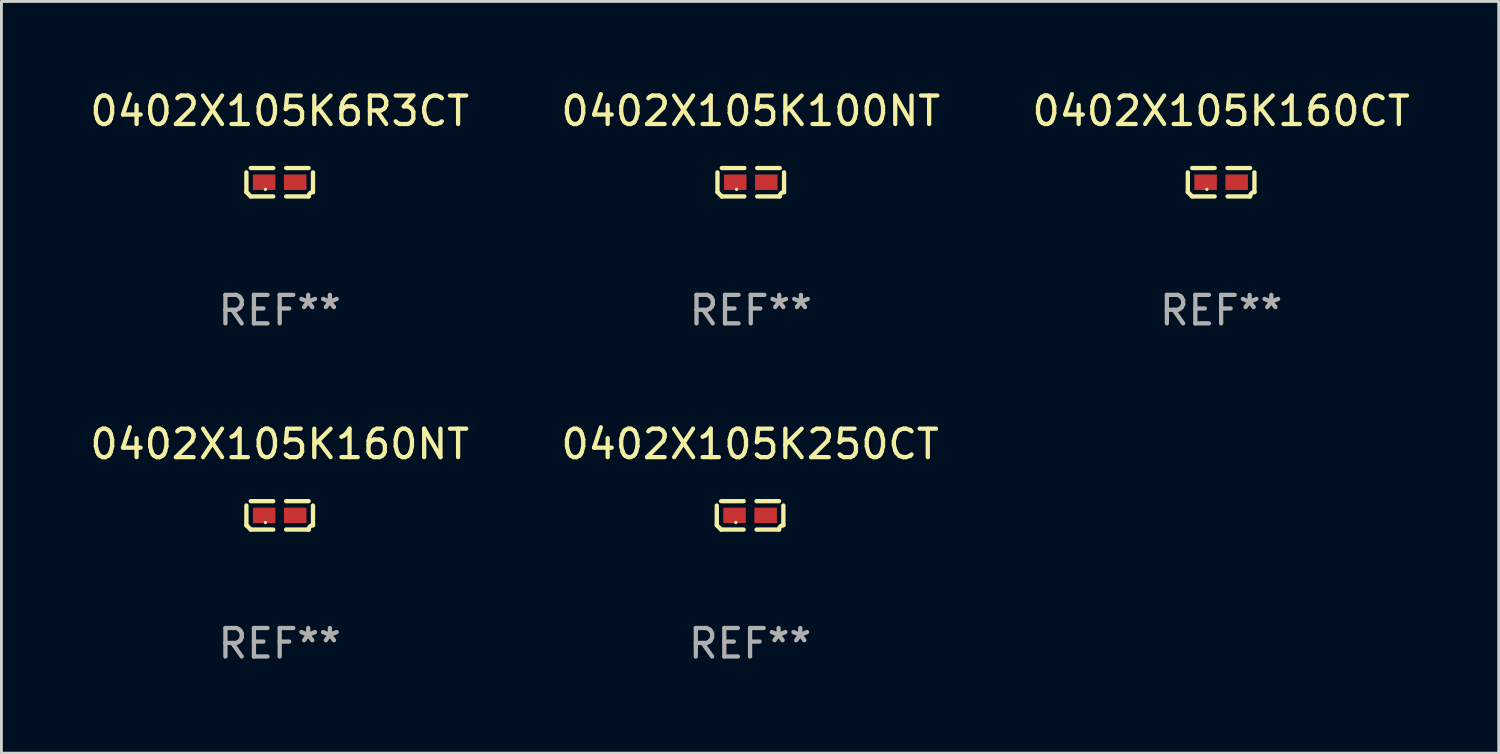
<source format=kicad_pcb>
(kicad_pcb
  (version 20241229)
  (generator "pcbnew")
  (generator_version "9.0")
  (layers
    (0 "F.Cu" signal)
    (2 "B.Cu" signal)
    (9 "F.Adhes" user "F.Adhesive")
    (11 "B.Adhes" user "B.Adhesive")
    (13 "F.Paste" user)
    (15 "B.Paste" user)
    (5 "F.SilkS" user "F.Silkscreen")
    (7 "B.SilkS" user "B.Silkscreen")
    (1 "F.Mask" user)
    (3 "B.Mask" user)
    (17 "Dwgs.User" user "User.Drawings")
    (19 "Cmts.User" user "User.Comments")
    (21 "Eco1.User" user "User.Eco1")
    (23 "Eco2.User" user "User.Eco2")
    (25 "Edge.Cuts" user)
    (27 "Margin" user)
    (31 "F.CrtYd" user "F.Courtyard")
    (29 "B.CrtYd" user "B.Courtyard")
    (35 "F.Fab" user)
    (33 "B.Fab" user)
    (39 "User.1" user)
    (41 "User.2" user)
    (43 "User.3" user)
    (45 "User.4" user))
  (footprint "0402X105K250CT"
    (layer "F.Cu")
    (at 23.28 15.041)
    (property "Reference" "0402X105K250CT" (at 0 -2.499 0) (layer "F.SilkS") (effects (font (size 1 1) (thickness 0.15))))
    (attr through_hole)
    (fp_line (start -1.169 0.346) (end -1.169 -0.346) (stroke (width 0.152) (type solid)) (layer "F.SilkS"))
    (fp_line (start -1.016 -0.499) (end -0.226 -0.499) (stroke (width 0.152) (type solid)) (layer "F.SilkS"))
    (fp_line (start -0.226 0.499) (end -1.016 0.499) (stroke (width 0.152) (type solid)) (layer "F.SilkS"))
    (fp_line (start 0.226 0.499) (end 1.016 0.499) (stroke (width 0.152) (type solid)) (layer "F.SilkS"))
    (fp_line (start 1.016 -0.499) (end 0.226 -0.499) (stroke (width 0.152) (type solid)) (layer "F.SilkS"))
    (fp_line (start 1.169 0.346) (end 1.169 -0.346) (stroke (width 0.152) (type solid)) (layer "F.SilkS"))
    (fp_arc (start -1.016307 0.498603) (mid -1.092512 0.422405) (end -1.16871 0.3462) (stroke (width 0.1524) (type solid)) (layer "F.SilkS"))
    (fp_arc (start 1.016307 0.498603) (mid 1.060899 0.390758) (end 1.168707 0.346076) (stroke (width 0.1524) (type solid)) (layer "F.SilkS"))
    (fp_circle (center -0.5 0.25) (end -0.47 0.25) (stroke (width 0.06) (type solid)) (fill no) (layer "F.SilkS"))
    (fp_text user "REF**" (at 0 4.499 0) (layer "F.Fab") (effects (font (size 1 1) (thickness 0.15))))
    (pad "1" smd rect (at -0.545 0) (size 0.79 0.54) (layers "F.Cu" "F.Mask" "F.Paste"))
    (pad "2" smd rect (at 0.545 0) (size 0.79 0.54) (layers "F.Cu" "F.Mask" "F.Paste")))
  (footprint "0402X105K160NT"
    (layer "F.Cu")
    (at 6.768 15.041)
    (property "Reference" "0402X105K160NT" (at 0 -2.499 0) (layer "F.SilkS") (effects (font (size 1 1) (thickness 0.15))))
    (attr through_hole)
    (fp_line (start -1.169 0.346) (end -1.169 -0.346) (stroke (width 0.152) (type solid)) (layer "F.SilkS"))
    (fp_line (start -1.016 -0.499) (end -0.226 -0.499) (stroke (width 0.152) (type solid)) (layer "F.SilkS"))
    (fp_line (start -0.226 0.499) (end -1.016 0.499) (stroke (width 0.152) (type solid)) (layer "F.SilkS"))
    (fp_line (start 0.226 0.499) (end 1.016 0.499) (stroke (width 0.152) (type solid)) (layer "F.SilkS"))
    (fp_line (start 1.016 -0.499) (end 0.226 -0.499) (stroke (width 0.152) (type solid)) (layer "F.SilkS"))
    (fp_line (start 1.169 0.346) (end 1.169 -0.346) (stroke (width 0.152) (type solid)) (layer "F.SilkS"))
    (fp_arc (start -1.016307 0.498603) (mid -1.092512 0.422405) (end -1.16871 0.3462) (stroke (width 0.1524) (type solid)) (layer "F.SilkS"))
    (fp_arc (start 1.016307 0.498603) (mid 1.060899 0.390758) (end 1.168707 0.346076) (stroke (width 0.1524) (type solid)) (layer "F.SilkS"))
    (fp_circle (center -0.5 0.25) (end -0.47 0.25) (stroke (width 0.06) (type solid)) (fill no) (layer "F.SilkS"))
    (fp_text user "REF**" (at 0 4.499 0) (layer "F.Fab") (effects (font (size 1 1) (thickness 0.15))))
    (pad "1" smd rect (at -0.545 0) (size 0.79 0.54) (layers "F.Cu" "F.Mask" "F.Paste"))
    (pad "2" smd rect (at 0.545 0) (size 0.79 0.54) (layers "F.Cu" "F.Mask" "F.Paste")))
  (footprint "0402X105K6R3CT"
    (layer "F.Cu")
    (at 6.768 3.347)
    (property "Reference" "0402X105K6R3CT" (at 0 -2.499 0) (layer "F.SilkS") (effects (font (size 1 1) (thickness 0.15))))
    (attr through_hole)
    (fp_line (start -1.169 0.346) (end -1.169 -0.346) (stroke (width 0.152) (type solid)) (layer "F.SilkS"))
    (fp_line (start -1.016 -0.499) (end -0.226 -0.499) (stroke (width 0.152) (type solid)) (layer "F.SilkS"))
    (fp_line (start -0.226 0.499) (end -1.016 0.499) (stroke (width 0.152) (type solid)) (layer "F.SilkS"))
    (fp_line (start 0.226 0.499) (end 1.016 0.499) (stroke (width 0.152) (type solid)) (layer "F.SilkS"))
    (fp_line (start 1.016 -0.499) (end 0.226 -0.499) (stroke (width 0.152) (type solid)) (layer "F.SilkS"))
    (fp_line (start 1.169 0.346) (end 1.169 -0.346) (stroke (width 0.152) (type solid)) (layer "F.SilkS"))
    (fp_arc (start -1.016307 0.498603) (mid -1.092512 0.422405) (end -1.16871 0.3462) (stroke (width 0.1524) (type solid)) (layer "F.SilkS"))
    (fp_arc (start 1.016307 0.498603) (mid 1.060899 0.390758) (end 1.168707 0.346076) (stroke (width 0.1524) (type solid)) (layer "F.SilkS"))
    (fp_circle (center -0.5 0.25) (end -0.47 0.25) (stroke (width 0.06) (type solid)) (fill no) (layer "F.SilkS"))
    (fp_text user "REF**" (at 0 4.499 0) (layer "F.Fab") (effects (font (size 1 1) (thickness 0.15))))
    (pad "1" smd rect (at -0.545 0) (size 0.79 0.54) (layers "F.Cu" "F.Mask" "F.Paste"))
    (pad "2" smd rect (at 0.545 0) (size 0.79 0.54) (layers "F.Cu" "F.Mask" "F.Paste")))
  (footprint "0402X105K160CT"
    (layer "F.Cu")
    (at 39.815 3.347)
    (property "Reference" "0402X105K160CT" (at 0 -2.499 0) (layer "F.SilkS") (effects (font (size 1 1) (thickness 0.15))))
    (attr through_hole)
    (fp_line (start -1.169 0.346) (end -1.169 -0.346) (stroke (width 0.152) (type solid)) (layer "F.SilkS"))
    (fp_line (start -1.016 -0.499) (end -0.226 -0.499) (stroke (width 0.152) (type solid)) (layer "F.SilkS"))
    (fp_line (start -0.226 0.499) (end -1.016 0.499) (stroke (width 0.152) (type solid)) (layer "F.SilkS"))
    (fp_line (start 0.226 0.499) (end 1.016 0.499) (stroke (width 0.152) (type solid)) (layer "F.SilkS"))
    (fp_line (start 1.016 -0.499) (end 0.226 -0.499) (stroke (width 0.152) (type solid)) (layer "F.SilkS"))
    (fp_line (start 1.169 0.346) (end 1.169 -0.346) (stroke (width 0.152) (type solid)) (layer "F.SilkS"))
    (fp_arc (start -1.016307 0.498603) (mid -1.092512 0.422405) (end -1.16871 0.3462) (stroke (width 0.1524) (type solid)) (layer "F.SilkS"))
    (fp_arc (start 1.016307 0.498603) (mid 1.060899 0.390758) (end 1.168707 0.346076) (stroke (width 0.1524) (type solid)) (layer "F.SilkS"))
    (fp_circle (center -0.5 0.25) (end -0.47 0.25) (stroke (width 0.06) (type solid)) (fill no) (layer "F.SilkS"))
    (fp_text user "REF**" (at 0 4.499 0) (layer "F.Fab") (effects (font (size 1 1) (thickness 0.15))))
    (pad "1" smd rect (at -0.545 0) (size 0.79 0.54) (layers "F.Cu" "F.Mask" "F.Paste"))
    (pad "2" smd rect (at 0.545 0) (size 0.79 0.54) (layers "F.Cu" "F.Mask" "F.Paste")))
  (footprint "0402X105K100NT"
    (layer "F.Cu")
    (at 23.304 3.347)
    (property "Reference" "0402X105K100NT" (at 0 -2.499 0) (layer "F.SilkS") (effects (font (size 1 1) (thickness 0.15))))
    (attr through_hole)
    (fp_line (start -1.169 0.346) (end -1.169 -0.346) (stroke (width 0.152) (type solid)) (layer "F.SilkS"))
    (fp_line (start -1.016 -0.499) (end -0.226 -0.499) (stroke (width 0.152) (type solid)) (layer "F.SilkS"))
    (fp_line (start -0.226 0.499) (end -1.016 0.499) (stroke (width 0.152) (type solid)) (layer "F.SilkS"))
    (fp_line (start 0.226 0.499) (end 1.016 0.499) (stroke (width 0.152) (type solid)) (layer "F.SilkS"))
    (fp_line (start 1.016 -0.499) (end 0.226 -0.499) (stroke (width 0.152) (type solid)) (layer "F.SilkS"))
    (fp_line (start 1.169 0.346) (end 1.169 -0.346) (stroke (width 0.152) (type solid)) (layer "F.SilkS"))
    (fp_arc (start -1.016307 0.498603) (mid -1.092512 0.422405) (end -1.16871 0.3462) (stroke (width 0.1524) (type solid)) (layer "F.SilkS"))
    (fp_arc (start 1.016307 0.498603) (mid 1.060899 0.390758) (end 1.168707 0.346076) (stroke (width 0.1524) (type solid)) (layer "F.SilkS"))
    (fp_circle (center -0.5 0.25) (end -0.47 0.25) (stroke (width 0.06) (type solid)) (fill no) (layer "F.SilkS"))
    (fp_text user "REF**" (at 0 4.499 0) (layer "F.Fab") (effects (font (size 1 1) (thickness 0.15))))
    (pad "1" smd rect (at -0.545 0) (size 0.79 0.54) (layers "F.Cu" "F.Mask" "F.Paste"))
    (pad "2" smd rect (at 0.545 0) (size 0.79 0.54) (layers "F.Cu" "F.Mask" "F.Paste")))
  (gr_rect
    (start -3 -3)
    (end 49.56 23.387)
    (stroke (width 0.1) (type default))
    (fill no)
    (layer "Edge.Cuts")))
</source>
